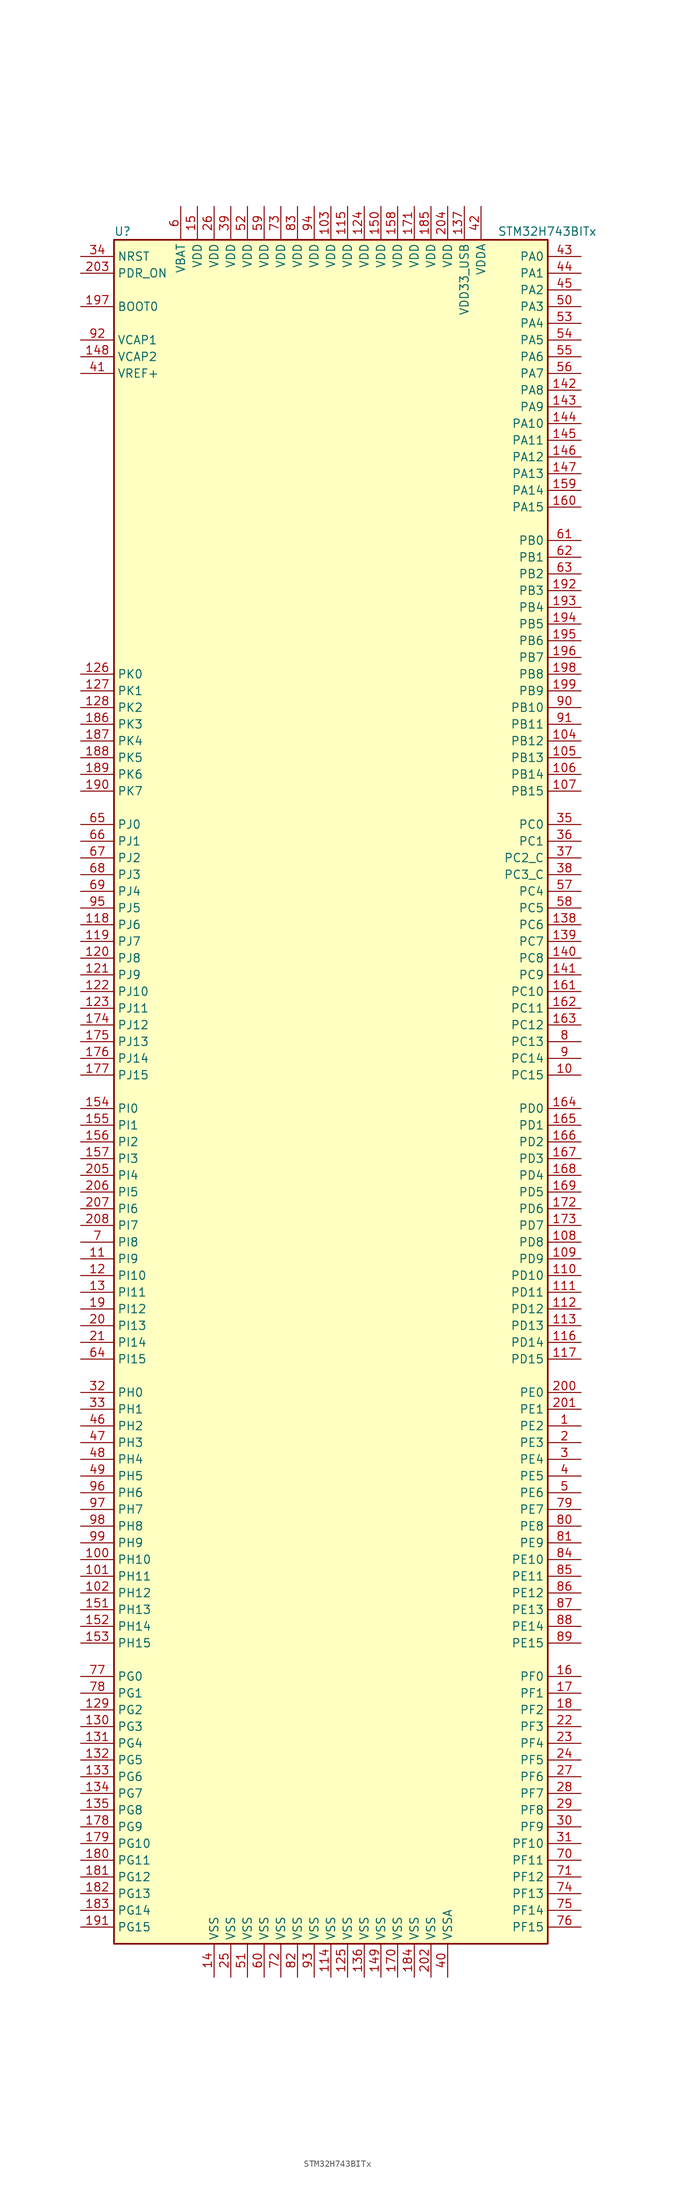
<source format=kicad_sym>
(kicad_symbol_lib
  (version 20220914)
  (generator kicad_symbol_editor)
  (symbol "STM32H743BITx"
    (property "Reference" "U"
      (at -33.02 130.81 0)
      (effects (font (size 1.27 1.27)) (justify left)))
    (property "Value" "STM32H743BITx"
      (at 25.4 130.81 0)
      (effects (font (size 1.27 1.27)) (justify left)))
    (symbol "STM32H743BITx_0_1"
      (rectangle (start -33.02 -129.54) (end 33.02 129.54) (stroke (width 0.254) (type default)) (fill (type background))))
    (symbol "STM32H743BITx_1_1"
      (pin bidirectional line (at 38.1 -50.8 180) (length 5.08) (name "PE2" (effects (font (size 1.27 1.27)))) (number "1" (effects (font (size 1.27 1.27)))))
      (pin bidirectional line (at 38.1 2.54 180) (length 5.08) (name "PC15" (effects (font (size 1.27 1.27)))) (number "10" (effects (font (size 1.27 1.27)))))
      (pin bidirectional line (at -38.1 -71.12 0) (length 5.08) (name "PH10" (effects (font (size 1.27 1.27)))) (number "100" (effects (font (size 1.27 1.27)))))
      (pin bidirectional line (at -38.1 -73.66 0) (length 5.08) (name "PH11" (effects (font (size 1.27 1.27)))) (number "101" (effects (font (size 1.27 1.27)))))
      (pin bidirectional line (at -38.1 -76.2 0) (length 5.08) (name "PH12" (effects (font (size 1.27 1.27)))) (number "102" (effects (font (size 1.27 1.27)))))
      (pin power_in line (at 0 134.62 270) (length 5.08) (name "VDD" (effects (font (size 1.27 1.27)))) (number "103" (effects (font (size 1.27 1.27)))))
      (pin bidirectional line (at 38.1 53.34 180) (length 5.08) (name "PB12" (effects (font (size 1.27 1.27)))) (number "104" (effects (font (size 1.27 1.27)))))
      (pin bidirectional line (at 38.1 50.8 180) (length 5.08) (name "PB13" (effects (font (size 1.27 1.27)))) (number "105" (effects (font (size 1.27 1.27)))))
      (pin bidirectional line (at 38.1 48.26 180) (length 5.08) (name "PB14" (effects (font (size 1.27 1.27)))) (number "106" (effects (font (size 1.27 1.27)))))
      (pin bidirectional line (at 38.1 45.72 180) (length 5.08) (name "PB15" (effects (font (size 1.27 1.27)))) (number "107" (effects (font (size 1.27 1.27)))))
      (pin bidirectional line (at 38.1 -22.86 180) (length 5.08) (name "PD8" (effects (font (size 1.27 1.27)))) (number "108" (effects (font (size 1.27 1.27)))))
      (pin bidirectional line (at 38.1 -25.4 180) (length 5.08) (name "PD9" (effects (font (size 1.27 1.27)))) (number "109" (effects (font (size 1.27 1.27)))))
      (pin bidirectional line (at -38.1 -25.4 0) (length 5.08) (name "PI9" (effects (font (size 1.27 1.27)))) (number "11" (effects (font (size 1.27 1.27)))))
      (pin bidirectional line (at 38.1 -27.94 180) (length 5.08) (name "PD10" (effects (font (size 1.27 1.27)))) (number "110" (effects (font (size 1.27 1.27)))))
      (pin bidirectional line (at 38.1 -30.48 180) (length 5.08) (name "PD11" (effects (font (size 1.27 1.27)))) (number "111" (effects (font (size 1.27 1.27)))))
      (pin bidirectional line (at 38.1 -33.02 180) (length 5.08) (name "PD12" (effects (font (size 1.27 1.27)))) (number "112" (effects (font (size 1.27 1.27)))))
      (pin bidirectional line (at 38.1 -35.56 180) (length 5.08) (name "PD13" (effects (font (size 1.27 1.27)))) (number "113" (effects (font (size 1.27 1.27)))))
      (pin power_in line (at 0 -134.62 90) (length 5.08) (name "VSS" (effects (font (size 1.27 1.27)))) (number "114" (effects (font (size 1.27 1.27)))))
      (pin power_in line (at 2.54 134.62 270) (length 5.08) (name "VDD" (effects (font (size 1.27 1.27)))) (number "115" (effects (font (size 1.27 1.27)))))
      (pin bidirectional line (at 38.1 -38.1 180) (length 5.08) (name "PD14" (effects (font (size 1.27 1.27)))) (number "116" (effects (font (size 1.27 1.27)))))
      (pin bidirectional line (at 38.1 -40.64 180) (length 5.08) (name "PD15" (effects (font (size 1.27 1.27)))) (number "117" (effects (font (size 1.27 1.27)))))
      (pin bidirectional line (at -38.1 25.4 0) (length 5.08) (name "PJ6" (effects (font (size 1.27 1.27)))) (number "118" (effects (font (size 1.27 1.27)))))
      (pin bidirectional line (at -38.1 22.86 0) (length 5.08) (name "PJ7" (effects (font (size 1.27 1.27)))) (number "119" (effects (font (size 1.27 1.27)))))
      (pin bidirectional line (at -38.1 -27.94 0) (length 5.08) (name "PI10" (effects (font (size 1.27 1.27)))) (number "12" (effects (font (size 1.27 1.27)))))
      (pin bidirectional line (at -38.1 20.32 0) (length 5.08) (name "PJ8" (effects (font (size 1.27 1.27)))) (number "120" (effects (font (size 1.27 1.27)))))
      (pin bidirectional line (at -38.1 17.78 0) (length 5.08) (name "PJ9" (effects (font (size 1.27 1.27)))) (number "121" (effects (font (size 1.27 1.27)))))
      (pin bidirectional line (at -38.1 15.24 0) (length 5.08) (name "PJ10" (effects (font (size 1.27 1.27)))) (number "122" (effects (font (size 1.27 1.27)))))
      (pin bidirectional line (at -38.1 12.7 0) (length 5.08) (name "PJ11" (effects (font (size 1.27 1.27)))) (number "123" (effects (font (size 1.27 1.27)))))
      (pin power_in line (at 5.08 134.62 270) (length 5.08) (name "VDD" (effects (font (size 1.27 1.27)))) (number "124" (effects (font (size 1.27 1.27)))))
      (pin power_in line (at 2.54 -134.62 90) (length 5.08) (name "VSS" (effects (font (size 1.27 1.27)))) (number "125" (effects (font (size 1.27 1.27)))))
      (pin bidirectional line (at -38.1 63.5 0) (length 5.08) (name "PK0" (effects (font (size 1.27 1.27)))) (number "126" (effects (font (size 1.27 1.27)))))
      (pin bidirectional line (at -38.1 60.96 0) (length 5.08) (name "PK1" (effects (font (size 1.27 1.27)))) (number "127" (effects (font (size 1.27 1.27)))))
      (pin bidirectional line (at -38.1 58.42 0) (length 5.08) (name "PK2" (effects (font (size 1.27 1.27)))) (number "128" (effects (font (size 1.27 1.27)))))
      (pin bidirectional line (at -38.1 -93.98 0) (length 5.08) (name "PG2" (effects (font (size 1.27 1.27)))) (number "129" (effects (font (size 1.27 1.27)))))
      (pin bidirectional line (at -38.1 -30.48 0) (length 5.08) (name "PI11" (effects (font (size 1.27 1.27)))) (number "13" (effects (font (size 1.27 1.27)))))
      (pin bidirectional line (at -38.1 -96.52 0) (length 5.08) (name "PG3" (effects (font (size 1.27 1.27)))) (number "130" (effects (font (size 1.27 1.27)))))
      (pin bidirectional line (at -38.1 -99.06 0) (length 5.08) (name "PG4" (effects (font (size 1.27 1.27)))) (number "131" (effects (font (size 1.27 1.27)))))
      (pin bidirectional line (at -38.1 -101.6 0) (length 5.08) (name "PG5" (effects (font (size 1.27 1.27)))) (number "132" (effects (font (size 1.27 1.27)))))
      (pin bidirectional line (at -38.1 -104.14 0) (length 5.08) (name "PG6" (effects (font (size 1.27 1.27)))) (number "133" (effects (font (size 1.27 1.27)))))
      (pin bidirectional line (at -38.1 -106.68 0) (length 5.08) (name "PG7" (effects (font (size 1.27 1.27)))) (number "134" (effects (font (size 1.27 1.27)))))
      (pin bidirectional line (at -38.1 -109.22 0) (length 5.08) (name "PG8" (effects (font (size 1.27 1.27)))) (number "135" (effects (font (size 1.27 1.27)))))
      (pin power_in line (at 5.08 -134.62 90) (length 5.08) (name "VSS" (effects (font (size 1.27 1.27)))) (number "136" (effects (font (size 1.27 1.27)))))
      (pin power_in line (at 20.32 134.62 270) (length 5.08) (name "VDD33_USB" (effects (font (size 1.27 1.27)))) (number "137" (effects (font (size 1.27 1.27)))))
      (pin bidirectional line (at 38.1 25.4 180) (length 5.08) (name "PC6" (effects (font (size 1.27 1.27)))) (number "138" (effects (font (size 1.27 1.27)))))
      (pin bidirectional line (at 38.1 22.86 180) (length 5.08) (name "PC7" (effects (font (size 1.27 1.27)))) (number "139" (effects (font (size 1.27 1.27)))))
      (pin power_in line (at -17.78 -134.62 90) (length 5.08) (name "VSS" (effects (font (size 1.27 1.27)))) (number "14" (effects (font (size 1.27 1.27)))))
      (pin bidirectional line (at 38.1 20.32 180) (length 5.08) (name "PC8" (effects (font (size 1.27 1.27)))) (number "140" (effects (font (size 1.27 1.27)))))
      (pin bidirectional line (at 38.1 17.78 180) (length 5.08) (name "PC9" (effects (font (size 1.27 1.27)))) (number "141" (effects (font (size 1.27 1.27)))))
      (pin bidirectional line (at 38.1 106.68 180) (length 5.08) (name "PA8" (effects (font (size 1.27 1.27)))) (number "142" (effects (font (size 1.27 1.27)))))
      (pin bidirectional line (at 38.1 104.14 180) (length 5.08) (name "PA9" (effects (font (size 1.27 1.27)))) (number "143" (effects (font (size 1.27 1.27)))))
      (pin bidirectional line (at 38.1 101.6 180) (length 5.08) (name "PA10" (effects (font (size 1.27 1.27)))) (number "144" (effects (font (size 1.27 1.27)))))
      (pin bidirectional line (at 38.1 99.06 180) (length 5.08) (name "PA11" (effects (font (size 1.27 1.27)))) (number "145" (effects (font (size 1.27 1.27)))))
      (pin bidirectional line (at 38.1 96.52 180) (length 5.08) (name "PA12" (effects (font (size 1.27 1.27)))) (number "146" (effects (font (size 1.27 1.27)))))
      (pin bidirectional line (at 38.1 93.98 180) (length 5.08) (name "PA13" (effects (font (size 1.27 1.27)))) (number "147" (effects (font (size 1.27 1.27)))))
      (pin power_in line (at -38.1 111.76 0) (length 5.08) (name "VCAP2" (effects (font (size 1.27 1.27)))) (number "148" (effects (font (size 1.27 1.27)))))
      (pin power_in line (at 7.62 -134.62 90) (length 5.08) (name "VSS" (effects (font (size 1.27 1.27)))) (number "149" (effects (font (size 1.27 1.27)))))
      (pin power_in line (at -20.32 134.62 270) (length 5.08) (name "VDD" (effects (font (size 1.27 1.27)))) (number "15" (effects (font (size 1.27 1.27)))))
      (pin power_in line (at 7.62 134.62 270) (length 5.08) (name "VDD" (effects (font (size 1.27 1.27)))) (number "150" (effects (font (size 1.27 1.27)))))
      (pin bidirectional line (at -38.1 -78.74 0) (length 5.08) (name "PH13" (effects (font (size 1.27 1.27)))) (number "151" (effects (font (size 1.27 1.27)))))
      (pin bidirectional line (at -38.1 -81.28 0) (length 5.08) (name "PH14" (effects (font (size 1.27 1.27)))) (number "152" (effects (font (size 1.27 1.27)))))
      (pin bidirectional line (at -38.1 -83.82 0) (length 5.08) (name "PH15" (effects (font (size 1.27 1.27)))) (number "153" (effects (font (size 1.27 1.27)))))
      (pin bidirectional line (at -38.1 -2.54 0) (length 5.08) (name "PI0" (effects (font (size 1.27 1.27)))) (number "154" (effects (font (size 1.27 1.27)))))
      (pin bidirectional line (at -38.1 -5.08 0) (length 5.08) (name "PI1" (effects (font (size 1.27 1.27)))) (number "155" (effects (font (size 1.27 1.27)))))
      (pin bidirectional line (at -38.1 -7.62 0) (length 5.08) (name "PI2" (effects (font (size 1.27 1.27)))) (number "156" (effects (font (size 1.27 1.27)))))
      (pin bidirectional line (at -38.1 -10.16 0) (length 5.08) (name "PI3" (effects (font (size 1.27 1.27)))) (number "157" (effects (font (size 1.27 1.27)))))
      (pin power_in line (at 10.16 134.62 270) (length 5.08) (name "VDD" (effects (font (size 1.27 1.27)))) (number "158" (effects (font (size 1.27 1.27)))))
      (pin bidirectional line (at 38.1 91.44 180) (length 5.08) (name "PA14" (effects (font (size 1.27 1.27)))) (number "159" (effects (font (size 1.27 1.27)))))
      (pin bidirectional line (at 38.1 -88.9 180) (length 5.08) (name "PF0" (effects (font (size 1.27 1.27)))) (number "16" (effects (font (size 1.27 1.27)))))
      (pin bidirectional line (at 38.1 88.9 180) (length 5.08) (name "PA15" (effects (font (size 1.27 1.27)))) (number "160" (effects (font (size 1.27 1.27)))))
      (pin bidirectional line (at 38.1 15.24 180) (length 5.08) (name "PC10" (effects (font (size 1.27 1.27)))) (number "161" (effects (font (size 1.27 1.27)))))
      (pin bidirectional line (at 38.1 12.7 180) (length 5.08) (name "PC11" (effects (font (size 1.27 1.27)))) (number "162" (effects (font (size 1.27 1.27)))))
      (pin bidirectional line (at 38.1 10.16 180) (length 5.08) (name "PC12" (effects (font (size 1.27 1.27)))) (number "163" (effects (font (size 1.27 1.27)))))
      (pin bidirectional line (at 38.1 -2.54 180) (length 5.08) (name "PD0" (effects (font (size 1.27 1.27)))) (number "164" (effects (font (size 1.27 1.27)))))
      (pin bidirectional line (at 38.1 -5.08 180) (length 5.08) (name "PD1" (effects (font (size 1.27 1.27)))) (number "165" (effects (font (size 1.27 1.27)))))
      (pin bidirectional line (at 38.1 -7.62 180) (length 5.08) (name "PD2" (effects (font (size 1.27 1.27)))) (number "166" (effects (font (size 1.27 1.27)))))
      (pin bidirectional line (at 38.1 -10.16 180) (length 5.08) (name "PD3" (effects (font (size 1.27 1.27)))) (number "167" (effects (font (size 1.27 1.27)))))
      (pin bidirectional line (at 38.1 -12.7 180) (length 5.08) (name "PD4" (effects (font (size 1.27 1.27)))) (number "168" (effects (font (size 1.27 1.27)))))
      (pin bidirectional line (at 38.1 -15.24 180) (length 5.08) (name "PD5" (effects (font (size 1.27 1.27)))) (number "169" (effects (font (size 1.27 1.27)))))
      (pin bidirectional line (at 38.1 -91.44 180) (length 5.08) (name "PF1" (effects (font (size 1.27 1.27)))) (number "17" (effects (font (size 1.27 1.27)))))
      (pin power_in line (at 10.16 -134.62 90) (length 5.08) (name "VSS" (effects (font (size 1.27 1.27)))) (number "170" (effects (font (size 1.27 1.27)))))
      (pin power_in line (at 12.7 134.62 270) (length 5.08) (name "VDD" (effects (font (size 1.27 1.27)))) (number "171" (effects (font (size 1.27 1.27)))))
      (pin bidirectional line (at 38.1 -17.78 180) (length 5.08) (name "PD6" (effects (font (size 1.27 1.27)))) (number "172" (effects (font (size 1.27 1.27)))))
      (pin bidirectional line (at 38.1 -20.32 180) (length 5.08) (name "PD7" (effects (font (size 1.27 1.27)))) (number "173" (effects (font (size 1.27 1.27)))))
      (pin bidirectional line (at -38.1 10.16 0) (length 5.08) (name "PJ12" (effects (font (size 1.27 1.27)))) (number "174" (effects (font (size 1.27 1.27)))))
      (pin bidirectional line (at -38.1 7.62 0) (length 5.08) (name "PJ13" (effects (font (size 1.27 1.27)))) (number "175" (effects (font (size 1.27 1.27)))))
      (pin bidirectional line (at -38.1 5.08 0) (length 5.08) (name "PJ14" (effects (font (size 1.27 1.27)))) (number "176" (effects (font (size 1.27 1.27)))))
      (pin bidirectional line (at -38.1 2.54 0) (length 5.08) (name "PJ15" (effects (font (size 1.27 1.27)))) (number "177" (effects (font (size 1.27 1.27)))))
      (pin bidirectional line (at -38.1 -111.76 0) (length 5.08) (name "PG9" (effects (font (size 1.27 1.27)))) (number "178" (effects (font (size 1.27 1.27)))))
      (pin bidirectional line (at -38.1 -114.3 0) (length 5.08) (name "PG10" (effects (font (size 1.27 1.27)))) (number "179" (effects (font (size 1.27 1.27)))))
      (pin bidirectional line (at 38.1 -93.98 180) (length 5.08) (name "PF2" (effects (font (size 1.27 1.27)))) (number "18" (effects (font (size 1.27 1.27)))))
      (pin bidirectional line (at -38.1 -116.84 0) (length 5.08) (name "PG11" (effects (font (size 1.27 1.27)))) (number "180" (effects (font (size 1.27 1.27)))))
      (pin bidirectional line (at -38.1 -119.38 0) (length 5.08) (name "PG12" (effects (font (size 1.27 1.27)))) (number "181" (effects (font (size 1.27 1.27)))))
      (pin bidirectional line (at -38.1 -121.92 0) (length 5.08) (name "PG13" (effects (font (size 1.27 1.27)))) (number "182" (effects (font (size 1.27 1.27)))))
      (pin bidirectional line (at -38.1 -124.46 0) (length 5.08) (name "PG14" (effects (font (size 1.27 1.27)))) (number "183" (effects (font (size 1.27 1.27)))))
      (pin power_in line (at 12.7 -134.62 90) (length 5.08) (name "VSS" (effects (font (size 1.27 1.27)))) (number "184" (effects (font (size 1.27 1.27)))))
      (pin power_in line (at 15.24 134.62 270) (length 5.08) (name "VDD" (effects (font (size 1.27 1.27)))) (number "185" (effects (font (size 1.27 1.27)))))
      (pin bidirectional line (at -38.1 55.88 0) (length 5.08) (name "PK3" (effects (font (size 1.27 1.27)))) (number "186" (effects (font (size 1.27 1.27)))))
      (pin bidirectional line (at -38.1 53.34 0) (length 5.08) (name "PK4" (effects (font (size 1.27 1.27)))) (number "187" (effects (font (size 1.27 1.27)))))
      (pin bidirectional line (at -38.1 50.8 0) (length 5.08) (name "PK5" (effects (font (size 1.27 1.27)))) (number "188" (effects (font (size 1.27 1.27)))))
      (pin bidirectional line (at -38.1 48.26 0) (length 5.08) (name "PK6" (effects (font (size 1.27 1.27)))) (number "189" (effects (font (size 1.27 1.27)))))
      (pin bidirectional line (at -38.1 -33.02 0) (length 5.08) (name "PI12" (effects (font (size 1.27 1.27)))) (number "19" (effects (font (size 1.27 1.27)))))
      (pin bidirectional line (at -38.1 45.72 0) (length 5.08) (name "PK7" (effects (font (size 1.27 1.27)))) (number "190" (effects (font (size 1.27 1.27)))))
      (pin bidirectional line (at -38.1 -127 0) (length 5.08) (name "PG15" (effects (font (size 1.27 1.27)))) (number "191" (effects (font (size 1.27 1.27)))))
      (pin bidirectional line (at 38.1 76.2 180) (length 5.08) (name "PB3" (effects (font (size 1.27 1.27)))) (number "192" (effects (font (size 1.27 1.27)))))
      (pin bidirectional line (at 38.1 73.66 180) (length 5.08) (name "PB4" (effects (font (size 1.27 1.27)))) (number "193" (effects (font (size 1.27 1.27)))))
      (pin bidirectional line (at 38.1 71.12 180) (length 5.08) (name "PB5" (effects (font (size 1.27 1.27)))) (number "194" (effects (font (size 1.27 1.27)))))
      (pin bidirectional line (at 38.1 68.58 180) (length 5.08) (name "PB6" (effects (font (size 1.27 1.27)))) (number "195" (effects (font (size 1.27 1.27)))))
      (pin bidirectional line (at 38.1 66.04 180) (length 5.08) (name "PB7" (effects (font (size 1.27 1.27)))) (number "196" (effects (font (size 1.27 1.27)))))
      (pin input line (at -38.1 119.38 0) (length 5.08) (name "BOOT0" (effects (font (size 1.27 1.27)))) (number "197" (effects (font (size 1.27 1.27)))))
      (pin bidirectional line (at 38.1 63.5 180) (length 5.08) (name "PB8" (effects (font (size 1.27 1.27)))) (number "198" (effects (font (size 1.27 1.27)))))
      (pin bidirectional line (at 38.1 60.96 180) (length 5.08) (name "PB9" (effects (font (size 1.27 1.27)))) (number "199" (effects (font (size 1.27 1.27)))))
      (pin bidirectional line (at 38.1 -53.34 180) (length 5.08) (name "PE3" (effects (font (size 1.27 1.27)))) (number "2" (effects (font (size 1.27 1.27)))))
      (pin bidirectional line (at -38.1 -35.56 0) (length 5.08) (name "PI13" (effects (font (size 1.27 1.27)))) (number "20" (effects (font (size 1.27 1.27)))))
      (pin bidirectional line (at 38.1 -45.72 180) (length 5.08) (name "PE0" (effects (font (size 1.27 1.27)))) (number "200" (effects (font (size 1.27 1.27)))))
      (pin bidirectional line (at 38.1 -48.26 180) (length 5.08) (name "PE1" (effects (font (size 1.27 1.27)))) (number "201" (effects (font (size 1.27 1.27)))))
      (pin power_in line (at 15.24 -134.62 90) (length 5.08) (name "VSS" (effects (font (size 1.27 1.27)))) (number "202" (effects (font (size 1.27 1.27)))))
      (pin input line (at -38.1 124.46 0) (length 5.08) (name "PDR_ON" (effects (font (size 1.27 1.27)))) (number "203" (effects (font (size 1.27 1.27)))))
      (pin power_in line (at 17.78 134.62 270) (length 5.08) (name "VDD" (effects (font (size 1.27 1.27)))) (number "204" (effects (font (size 1.27 1.27)))))
      (pin bidirectional line (at -38.1 -12.7 0) (length 5.08) (name "PI4" (effects (font (size 1.27 1.27)))) (number "205" (effects (font (size 1.27 1.27)))))
      (pin bidirectional line (at -38.1 -15.24 0) (length 5.08) (name "PI5" (effects (font (size 1.27 1.27)))) (number "206" (effects (font (size 1.27 1.27)))))
      (pin bidirectional line (at -38.1 -17.78 0) (length 5.08) (name "PI6" (effects (font (size 1.27 1.27)))) (number "207" (effects (font (size 1.27 1.27)))))
      (pin bidirectional line (at -38.1 -20.32 0) (length 5.08) (name "PI7" (effects (font (size 1.27 1.27)))) (number "208" (effects (font (size 1.27 1.27)))))
      (pin bidirectional line (at -38.1 -38.1 0) (length 5.08) (name "PI14" (effects (font (size 1.27 1.27)))) (number "21" (effects (font (size 1.27 1.27)))))
      (pin bidirectional line (at 38.1 -96.52 180) (length 5.08) (name "PF3" (effects (font (size 1.27 1.27)))) (number "22" (effects (font (size 1.27 1.27)))))
      (pin bidirectional line (at 38.1 -99.06 180) (length 5.08) (name "PF4" (effects (font (size 1.27 1.27)))) (number "23" (effects (font (size 1.27 1.27)))))
      (pin bidirectional line (at 38.1 -101.6 180) (length 5.08) (name "PF5" (effects (font (size 1.27 1.27)))) (number "24" (effects (font (size 1.27 1.27)))))
      (pin power_in line (at -15.24 -134.62 90) (length 5.08) (name "VSS" (effects (font (size 1.27 1.27)))) (number "25" (effects (font (size 1.27 1.27)))))
      (pin power_in line (at -17.78 134.62 270) (length 5.08) (name "VDD" (effects (font (size 1.27 1.27)))) (number "26" (effects (font (size 1.27 1.27)))))
      (pin bidirectional line (at 38.1 -104.14 180) (length 5.08) (name "PF6" (effects (font (size 1.27 1.27)))) (number "27" (effects (font (size 1.27 1.27)))))
      (pin bidirectional line (at 38.1 -106.68 180) (length 5.08) (name "PF7" (effects (font (size 1.27 1.27)))) (number "28" (effects (font (size 1.27 1.27)))))
      (pin bidirectional line (at 38.1 -109.22 180) (length 5.08) (name "PF8" (effects (font (size 1.27 1.27)))) (number "29" (effects (font (size 1.27 1.27)))))
      (pin bidirectional line (at 38.1 -55.88 180) (length 5.08) (name "PE4" (effects (font (size 1.27 1.27)))) (number "3" (effects (font (size 1.27 1.27)))))
      (pin bidirectional line (at 38.1 -111.76 180) (length 5.08) (name "PF9" (effects (font (size 1.27 1.27)))) (number "30" (effects (font (size 1.27 1.27)))))
      (pin bidirectional line (at 38.1 -114.3 180) (length 5.08) (name "PF10" (effects (font (size 1.27 1.27)))) (number "31" (effects (font (size 1.27 1.27)))))
      (pin input line (at -38.1 -45.72 0) (length 5.08) (name "PH0" (effects (font (size 1.27 1.27)))) (number "32" (effects (font (size 1.27 1.27)))))
      (pin input line (at -38.1 -48.26 0) (length 5.08) (name "PH1" (effects (font (size 1.27 1.27)))) (number "33" (effects (font (size 1.27 1.27)))))
      (pin input line (at -38.1 127 0) (length 5.08) (name "NRST" (effects (font (size 1.27 1.27)))) (number "34" (effects (font (size 1.27 1.27)))))
      (pin bidirectional line (at 38.1 40.64 180) (length 5.08) (name "PC0" (effects (font (size 1.27 1.27)))) (number "35" (effects (font (size 1.27 1.27)))))
      (pin bidirectional line (at 38.1 38.1 180) (length 5.08) (name "PC1" (effects (font (size 1.27 1.27)))) (number "36" (effects (font (size 1.27 1.27)))))
      (pin bidirectional line (at 38.1 35.56 180) (length 5.08) (name "PC2_C" (effects (font (size 1.27 1.27)))) (number "37" (effects (font (size 1.27 1.27)))))
      (pin bidirectional line (at 38.1 33.02 180) (length 5.08) (name "PC3_C" (effects (font (size 1.27 1.27)))) (number "38" (effects (font (size 1.27 1.27)))))
      (pin power_in line (at -15.24 134.62 270) (length 5.08) (name "VDD" (effects (font (size 1.27 1.27)))) (number "39" (effects (font (size 1.27 1.27)))))
      (pin bidirectional line (at 38.1 -58.42 180) (length 5.08) (name "PE5" (effects (font (size 1.27 1.27)))) (number "4" (effects (font (size 1.27 1.27)))))
      (pin power_in line (at 17.78 -134.62 90) (length 5.08) (name "VSSA" (effects (font (size 1.27 1.27)))) (number "40" (effects (font (size 1.27 1.27)))))
      (pin bidirectional line (at -38.1 109.22 0) (length 5.08) (name "VREF+" (effects (font (size 1.27 1.27)))) (number "41" (effects (font (size 1.27 1.27)))))
      (pin power_in line (at 22.86 134.62 270) (length 5.08) (name "VDDA" (effects (font (size 1.27 1.27)))) (number "42" (effects (font (size 1.27 1.27)))))
      (pin bidirectional line (at 38.1 127 180) (length 5.08) (name "PA0" (effects (font (size 1.27 1.27)))) (number "43" (effects (font (size 1.27 1.27)))))
      (pin bidirectional line (at 38.1 124.46 180) (length 5.08) (name "PA1" (effects (font (size 1.27 1.27)))) (number "44" (effects (font (size 1.27 1.27)))))
      (pin bidirectional line (at 38.1 121.92 180) (length 5.08) (name "PA2" (effects (font (size 1.27 1.27)))) (number "45" (effects (font (size 1.27 1.27)))))
      (pin bidirectional line (at -38.1 -50.8 0) (length 5.08) (name "PH2" (effects (font (size 1.27 1.27)))) (number "46" (effects (font (size 1.27 1.27)))))
      (pin bidirectional line (at -38.1 -53.34 0) (length 5.08) (name "PH3" (effects (font (size 1.27 1.27)))) (number "47" (effects (font (size 1.27 1.27)))))
      (pin bidirectional line (at -38.1 -55.88 0) (length 5.08) (name "PH4" (effects (font (size 1.27 1.27)))) (number "48" (effects (font (size 1.27 1.27)))))
      (pin bidirectional line (at -38.1 -58.42 0) (length 5.08) (name "PH5" (effects (font (size 1.27 1.27)))) (number "49" (effects (font (size 1.27 1.27)))))
      (pin bidirectional line (at 38.1 -60.96 180) (length 5.08) (name "PE6" (effects (font (size 1.27 1.27)))) (number "5" (effects (font (size 1.27 1.27)))))
      (pin bidirectional line (at 38.1 119.38 180) (length 5.08) (name "PA3" (effects (font (size 1.27 1.27)))) (number "50" (effects (font (size 1.27 1.27)))))
      (pin power_in line (at -12.7 -134.62 90) (length 5.08) (name "VSS" (effects (font (size 1.27 1.27)))) (number "51" (effects (font (size 1.27 1.27)))))
      (pin power_in line (at -12.7 134.62 270) (length 5.08) (name "VDD" (effects (font (size 1.27 1.27)))) (number "52" (effects (font (size 1.27 1.27)))))
      (pin bidirectional line (at 38.1 116.84 180) (length 5.08) (name "PA4" (effects (font (size 1.27 1.27)))) (number "53" (effects (font (size 1.27 1.27)))))
      (pin bidirectional line (at 38.1 114.3 180) (length 5.08) (name "PA5" (effects (font (size 1.27 1.27)))) (number "54" (effects (font (size 1.27 1.27)))))
      (pin bidirectional line (at 38.1 111.76 180) (length 5.08) (name "PA6" (effects (font (size 1.27 1.27)))) (number "55" (effects (font (size 1.27 1.27)))))
      (pin bidirectional line (at 38.1 109.22 180) (length 5.08) (name "PA7" (effects (font (size 1.27 1.27)))) (number "56" (effects (font (size 1.27 1.27)))))
      (pin bidirectional line (at 38.1 30.48 180) (length 5.08) (name "PC4" (effects (font (size 1.27 1.27)))) (number "57" (effects (font (size 1.27 1.27)))))
      (pin bidirectional line (at 38.1 27.94 180) (length 5.08) (name "PC5" (effects (font (size 1.27 1.27)))) (number "58" (effects (font (size 1.27 1.27)))))
      (pin power_in line (at -10.16 134.62 270) (length 5.08) (name "VDD" (effects (font (size 1.27 1.27)))) (number "59" (effects (font (size 1.27 1.27)))))
      (pin power_in line (at -22.86 134.62 270) (length 5.08) (name "VBAT" (effects (font (size 1.27 1.27)))) (number "6" (effects (font (size 1.27 1.27)))))
      (pin power_in line (at -10.16 -134.62 90) (length 5.08) (name "VSS" (effects (font (size 1.27 1.27)))) (number "60" (effects (font (size 1.27 1.27)))))
      (pin bidirectional line (at 38.1 83.82 180) (length 5.08) (name "PB0" (effects (font (size 1.27 1.27)))) (number "61" (effects (font (size 1.27 1.27)))))
      (pin bidirectional line (at 38.1 81.28 180) (length 5.08) (name "PB1" (effects (font (size 1.27 1.27)))) (number "62" (effects (font (size 1.27 1.27)))))
      (pin bidirectional line (at 38.1 78.74 180) (length 5.08) (name "PB2" (effects (font (size 1.27 1.27)))) (number "63" (effects (font (size 1.27 1.27)))))
      (pin bidirectional line (at -38.1 -40.64 0) (length 5.08) (name "PI15" (effects (font (size 1.27 1.27)))) (number "64" (effects (font (size 1.27 1.27)))))
      (pin bidirectional line (at -38.1 40.64 0) (length 5.08) (name "PJ0" (effects (font (size 1.27 1.27)))) (number "65" (effects (font (size 1.27 1.27)))))
      (pin bidirectional line (at -38.1 38.1 0) (length 5.08) (name "PJ1" (effects (font (size 1.27 1.27)))) (number "66" (effects (font (size 1.27 1.27)))))
      (pin bidirectional line (at -38.1 35.56 0) (length 5.08) (name "PJ2" (effects (font (size 1.27 1.27)))) (number "67" (effects (font (size 1.27 1.27)))))
      (pin bidirectional line (at -38.1 33.02 0) (length 5.08) (name "PJ3" (effects (font (size 1.27 1.27)))) (number "68" (effects (font (size 1.27 1.27)))))
      (pin bidirectional line (at -38.1 30.48 0) (length 5.08) (name "PJ4" (effects (font (size 1.27 1.27)))) (number "69" (effects (font (size 1.27 1.27)))))
      (pin bidirectional line (at -38.1 -22.86 0) (length 5.08) (name "PI8" (effects (font (size 1.27 1.27)))) (number "7" (effects (font (size 1.27 1.27)))))
      (pin bidirectional line (at 38.1 -116.84 180) (length 5.08) (name "PF11" (effects (font (size 1.27 1.27)))) (number "70" (effects (font (size 1.27 1.27)))))
      (pin bidirectional line (at 38.1 -119.38 180) (length 5.08) (name "PF12" (effects (font (size 1.27 1.27)))) (number "71" (effects (font (size 1.27 1.27)))))
      (pin power_in line (at -7.62 -134.62 90) (length 5.08) (name "VSS" (effects (font (size 1.27 1.27)))) (number "72" (effects (font (size 1.27 1.27)))))
      (pin power_in line (at -7.62 134.62 270) (length 5.08) (name "VDD" (effects (font (size 1.27 1.27)))) (number "73" (effects (font (size 1.27 1.27)))))
      (pin bidirectional line (at 38.1 -121.92 180) (length 5.08) (name "PF13" (effects (font (size 1.27 1.27)))) (number "74" (effects (font (size 1.27 1.27)))))
      (pin bidirectional line (at 38.1 -124.46 180) (length 5.08) (name "PF14" (effects (font (size 1.27 1.27)))) (number "75" (effects (font (size 1.27 1.27)))))
      (pin bidirectional line (at 38.1 -127 180) (length 5.08) (name "PF15" (effects (font (size 1.27 1.27)))) (number "76" (effects (font (size 1.27 1.27)))))
      (pin bidirectional line (at -38.1 -88.9 0) (length 5.08) (name "PG0" (effects (font (size 1.27 1.27)))) (number "77" (effects (font (size 1.27 1.27)))))
      (pin bidirectional line (at -38.1 -91.44 0) (length 5.08) (name "PG1" (effects (font (size 1.27 1.27)))) (number "78" (effects (font (size 1.27 1.27)))))
      (pin bidirectional line (at 38.1 -63.5 180) (length 5.08) (name "PE7" (effects (font (size 1.27 1.27)))) (number "79" (effects (font (size 1.27 1.27)))))
      (pin bidirectional line (at 38.1 7.62 180) (length 5.08) (name "PC13" (effects (font (size 1.27 1.27)))) (number "8" (effects (font (size 1.27 1.27)))))
      (pin bidirectional line (at 38.1 -66.04 180) (length 5.08) (name "PE8" (effects (font (size 1.27 1.27)))) (number "80" (effects (font (size 1.27 1.27)))))
      (pin bidirectional line (at 38.1 -68.58 180) (length 5.08) (name "PE9" (effects (font (size 1.27 1.27)))) (number "81" (effects (font (size 1.27 1.27)))))
      (pin power_in line (at -5.08 -134.62 90) (length 5.08) (name "VSS" (effects (font (size 1.27 1.27)))) (number "82" (effects (font (size 1.27 1.27)))))
      (pin power_in line (at -5.08 134.62 270) (length 5.08) (name "VDD" (effects (font (size 1.27 1.27)))) (number "83" (effects (font (size 1.27 1.27)))))
      (pin bidirectional line (at 38.1 -71.12 180) (length 5.08) (name "PE10" (effects (font (size 1.27 1.27)))) (number "84" (effects (font (size 1.27 1.27)))))
      (pin bidirectional line (at 38.1 -73.66 180) (length 5.08) (name "PE11" (effects (font (size 1.27 1.27)))) (number "85" (effects (font (size 1.27 1.27)))))
      (pin bidirectional line (at 38.1 -76.2 180) (length 5.08) (name "PE12" (effects (font (size 1.27 1.27)))) (number "86" (effects (font (size 1.27 1.27)))))
      (pin bidirectional line (at 38.1 -78.74 180) (length 5.08) (name "PE13" (effects (font (size 1.27 1.27)))) (number "87" (effects (font (size 1.27 1.27)))))
      (pin bidirectional line (at 38.1 -81.28 180) (length 5.08) (name "PE14" (effects (font (size 1.27 1.27)))) (number "88" (effects (font (size 1.27 1.27)))))
      (pin bidirectional line (at 38.1 -83.82 180) (length 5.08) (name "PE15" (effects (font (size 1.27 1.27)))) (number "89" (effects (font (size 1.27 1.27)))))
      (pin bidirectional line (at 38.1 5.08 180) (length 5.08) (name "PC14" (effects (font (size 1.27 1.27)))) (number "9" (effects (font (size 1.27 1.27)))))
      (pin bidirectional line (at 38.1 58.42 180) (length 5.08) (name "PB10" (effects (font (size 1.27 1.27)))) (number "90" (effects (font (size 1.27 1.27)))))
      (pin bidirectional line (at 38.1 55.88 180) (length 5.08) (name "PB11" (effects (font (size 1.27 1.27)))) (number "91" (effects (font (size 1.27 1.27)))))
      (pin power_in line (at -38.1 114.3 0) (length 5.08) (name "VCAP1" (effects (font (size 1.27 1.27)))) (number "92" (effects (font (size 1.27 1.27)))))
      (pin power_in line (at -2.54 -134.62 90) (length 5.08) (name "VSS" (effects (font (size 1.27 1.27)))) (number "93" (effects (font (size 1.27 1.27)))))
      (pin power_in line (at -2.54 134.62 270) (length 5.08) (name "VDD" (effects (font (size 1.27 1.27)))) (number "94" (effects (font (size 1.27 1.27)))))
      (pin bidirectional line (at -38.1 27.94 0) (length 5.08) (name "PJ5" (effects (font (size 1.27 1.27)))) (number "95" (effects (font (size 1.27 1.27)))))
      (pin bidirectional line (at -38.1 -60.96 0) (length 5.08) (name "PH6" (effects (font (size 1.27 1.27)))) (number "96" (effects (font (size 1.27 1.27)))))
      (pin bidirectional line (at -38.1 -63.5 0) (length 5.08) (name "PH7" (effects (font (size 1.27 1.27)))) (number "97" (effects (font (size 1.27 1.27)))))
      (pin bidirectional line (at -38.1 -66.04 0) (length 5.08) (name "PH8" (effects (font (size 1.27 1.27)))) (number "98" (effects (font (size 1.27 1.27)))))
      (pin bidirectional line (at -38.1 -68.58 0) (length 5.08) (name "PH9" (effects (font (size 1.27 1.27)))) (number "99" (effects (font (size 1.27 1.27))))))))
</source>
